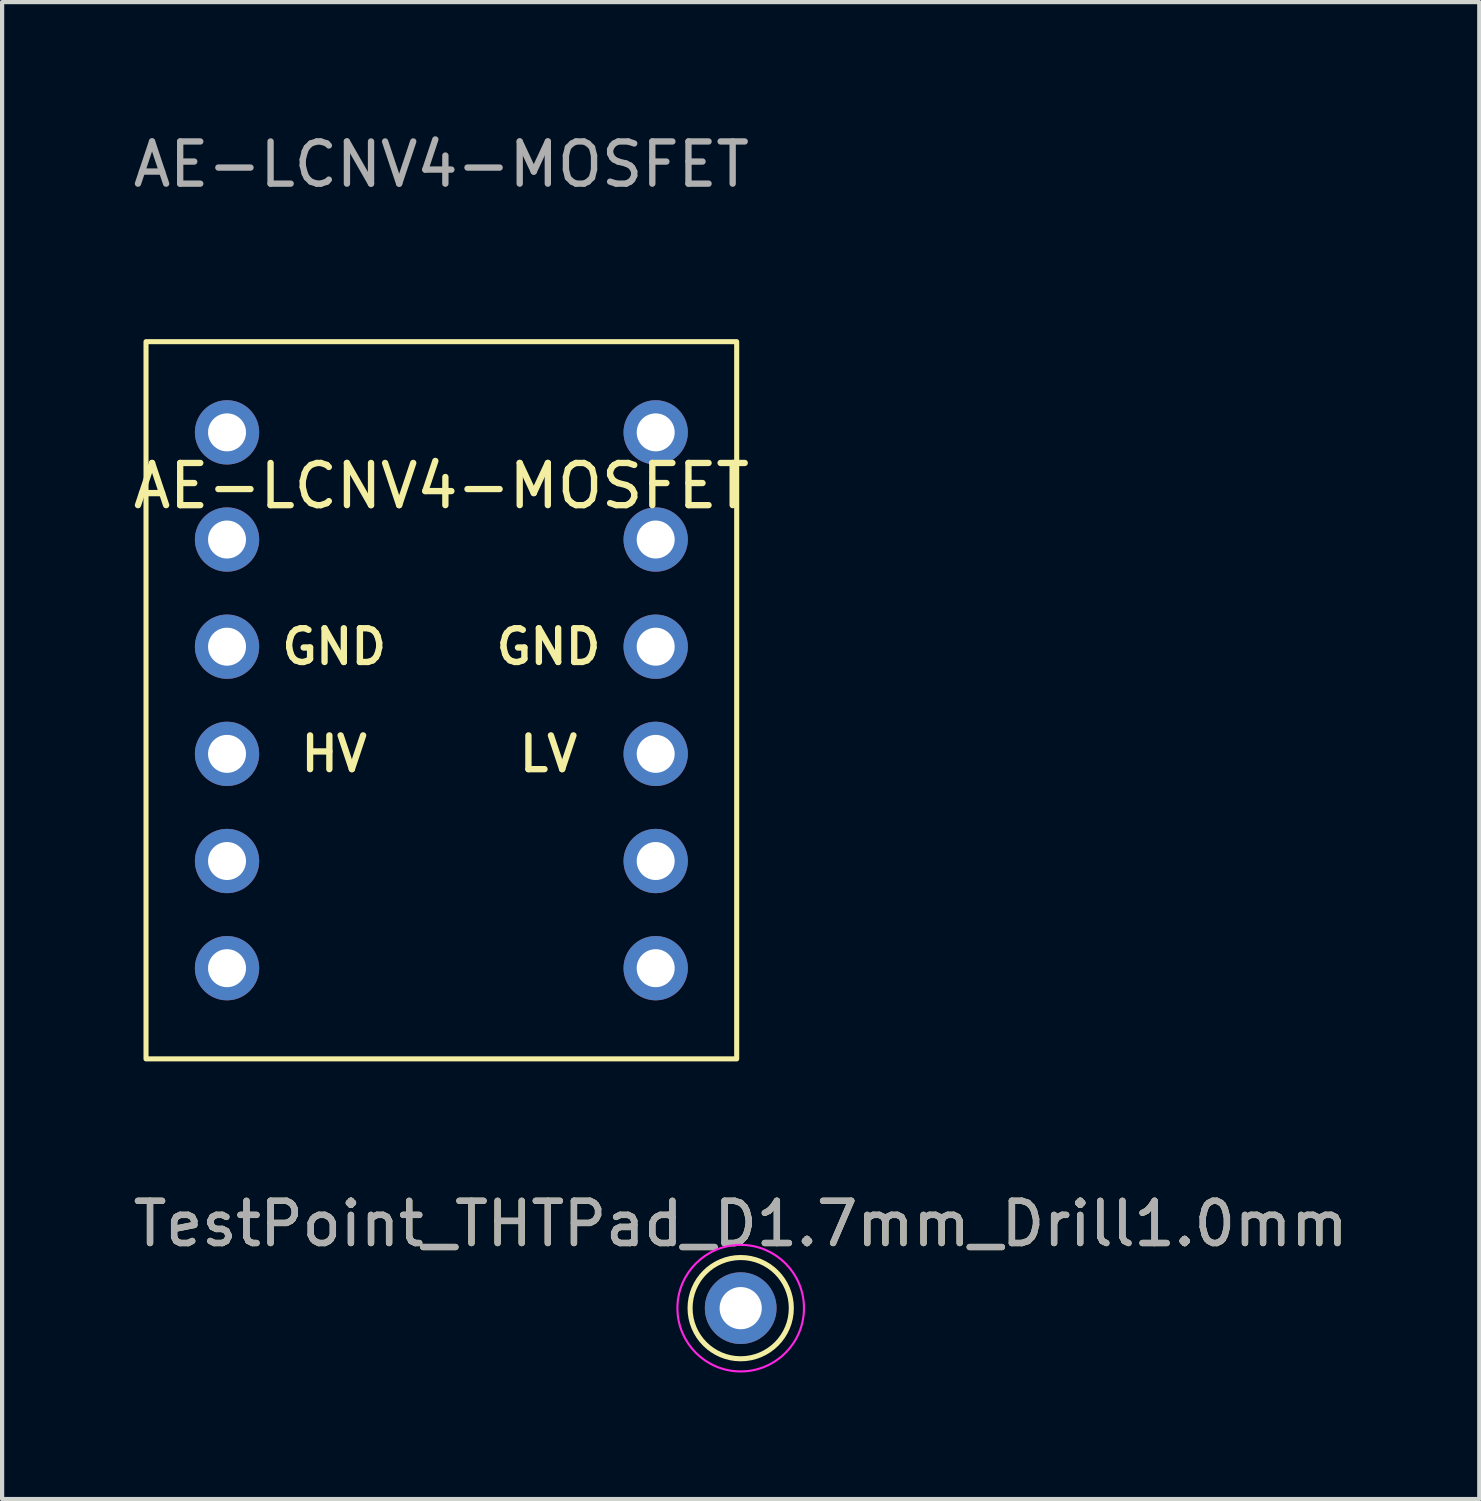
<source format=kicad_pcb>
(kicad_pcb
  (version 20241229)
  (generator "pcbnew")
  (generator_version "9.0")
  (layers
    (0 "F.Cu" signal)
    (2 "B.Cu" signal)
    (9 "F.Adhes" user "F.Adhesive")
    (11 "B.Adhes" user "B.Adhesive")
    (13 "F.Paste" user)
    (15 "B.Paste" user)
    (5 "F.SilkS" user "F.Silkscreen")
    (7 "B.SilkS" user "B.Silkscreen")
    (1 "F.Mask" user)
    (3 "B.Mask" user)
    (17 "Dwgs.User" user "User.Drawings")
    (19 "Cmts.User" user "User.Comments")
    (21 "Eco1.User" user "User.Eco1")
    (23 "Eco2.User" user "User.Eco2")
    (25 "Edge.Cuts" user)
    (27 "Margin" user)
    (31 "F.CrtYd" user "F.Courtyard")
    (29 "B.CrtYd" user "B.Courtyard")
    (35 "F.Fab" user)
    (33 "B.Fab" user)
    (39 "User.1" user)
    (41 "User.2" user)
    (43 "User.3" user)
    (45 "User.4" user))
  (footprint "AE-LCNV4-MOSFET"
    (layer "F.Cu")
    (at 7.411 13.548)
    (property "Reference" "AE-LCNV4-MOSFET" (at 0 -5.08 0) (unlocked yes) (layer "F.SilkS") (effects (font (size 1 1) (thickness 0.15))))
    (attr through_hole)
    (fp_rect (start -7 -8.5) (end 7 8.5) (stroke (width 0.12) (type solid)) (fill no) (layer "F.SilkS"))
    (fp_text user "LV" (at 2.54 1.27 0) (unlocked yes) (layer "F.SilkS") (effects (font (size 0.8 0.8) (thickness 0.15))))
    (fp_text user "HV" (at -2.54 1.27 0) (unlocked yes) (layer "F.SilkS") (effects (font (size 0.8 0.8) (thickness 0.15))))
    (fp_text user "GND" (at 2.54 -1.27 0) (unlocked yes) (layer "F.SilkS") (effects (font (size 0.8 0.8) (thickness 0.15))))
    (fp_text user "GND" (at -2.54 -1.27 0) (unlocked yes) (layer "F.SilkS") (effects (font (size 0.8 0.8) (thickness 0.15))))
    (fp_text user "${REFERENCE}" (at 0 -12.7 0) (unlocked yes) (layer "F.Fab") (effects (font (size 1 1) (thickness 0.15))))
    (pad "1" thru_hole circle (at -5.08 -6.35) (size 1.524 1.524) (drill 0.9) (layers "*.Cu" "*.Mask"))
    (pad "2" thru_hole circle (at -5.08 -3.81) (size 1.524 1.524) (drill 0.9) (layers "*.Cu" "*.Mask"))
    (pad "3" thru_hole circle (at -5.08 -1.27) (size 1.524 1.524) (drill 0.9) (layers "*.Cu" "*.Mask"))
    (pad "4" thru_hole circle (at -5.08 1.27) (size 1.524 1.524) (drill 0.9) (layers "*.Cu" "*.Mask"))
    (pad "5" thru_hole circle (at -5.08 3.81) (size 1.524 1.524) (drill 0.9) (layers "*.Cu" "*.Mask"))
    (pad "6" thru_hole circle (at -5.08 6.35) (size 1.524 1.524) (drill 0.9) (layers "*.Cu" "*.Mask"))
    (pad "7" thru_hole circle (at 5.08 6.35) (size 1.524 1.524) (drill 0.9) (layers "*.Cu" "*.Mask"))
    (pad "8" thru_hole circle (at 5.08 3.81) (size 1.524 1.524) (drill 0.9) (layers "*.Cu" "*.Mask"))
    (pad "9" thru_hole circle (at 5.08 1.27) (size 1.524 1.524) (drill 0.9) (layers "*.Cu" "*.Mask"))
    (pad "10" thru_hole circle (at 5.08 -1.27) (size 1.524 1.524) (drill 0.9) (layers "*.Cu" "*.Mask"))
    (pad "11" thru_hole circle (at 5.08 -3.81) (size 1.524 1.524) (drill 0.9) (layers "*.Cu" "*.Mask"))
    (pad "12" thru_hole circle (at 5.08 -6.35) (size 1.524 1.524) (drill 0.9) (layers "*.Cu" "*.Mask")))
  (footprint "TestPoint_THTPad_D1.7mm_Drill1.0mm"
    (layer "F.Cu")
    (at 14.506 27.956)
    (property "Reference" "TestPoint_THTPad_D1.7mm_Drill1.0mm" (at 0 -1.998 0) (layer "F.SilkS") (effects (font (size 1 1) (thickness 0.15))))
    (attr exclude_from_pos_files exclude_from_bom)
    (fp_circle (center 0 0) (end 0 1.2) (stroke (width 0.12) (type solid)) (fill no) (layer "F.SilkS"))
    (fp_circle (center 0 0) (end 1.5 0) (stroke (width 0.05) (type solid)) (fill no) (layer "F.CrtYd"))
    (fp_text user "${REFERENCE}" (at 0 -2 0) (layer "F.Fab") (effects (font (size 1 1) (thickness 0.15))))
    (pad "1" thru_hole circle (at 0 0) (size 1.7 1.7) (drill 1) (layers "*.Cu" "*.Mask")))
  (gr_rect
    (start -3 -3)
    (end 32.012 32.481)
    (stroke (width 0.1) (type default))
    (fill no)
    (layer "Edge.Cuts")))
</source>
